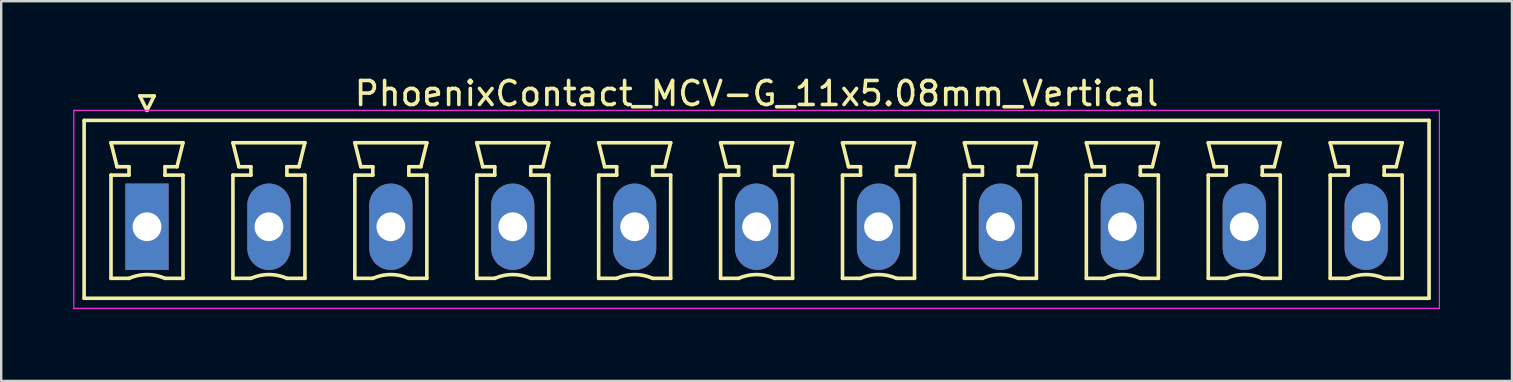
<source format=kicad_pcb>
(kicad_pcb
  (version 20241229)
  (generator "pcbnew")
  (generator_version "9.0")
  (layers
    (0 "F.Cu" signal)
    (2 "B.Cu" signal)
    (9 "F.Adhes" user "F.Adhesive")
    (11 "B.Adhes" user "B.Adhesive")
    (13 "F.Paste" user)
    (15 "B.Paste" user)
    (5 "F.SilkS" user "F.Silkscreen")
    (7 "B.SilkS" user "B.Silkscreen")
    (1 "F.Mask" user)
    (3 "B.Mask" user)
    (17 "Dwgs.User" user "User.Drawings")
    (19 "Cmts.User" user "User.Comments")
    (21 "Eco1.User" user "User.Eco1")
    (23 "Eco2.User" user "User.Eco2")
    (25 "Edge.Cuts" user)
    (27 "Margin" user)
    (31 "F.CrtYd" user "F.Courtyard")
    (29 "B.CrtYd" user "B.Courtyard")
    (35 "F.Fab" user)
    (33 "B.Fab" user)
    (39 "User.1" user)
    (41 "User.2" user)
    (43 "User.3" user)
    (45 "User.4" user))
  (footprint "PhoenixContact_MCV-G_11x5.08mm_Vertical"
    (layer "F.Cu")
    (at 3.075 6.398)
    (property "Reference" "PhoenixContact_MCV-G_11x5.08mm_Vertical" (at 25.4 -5.55 0) (layer "F.SilkS") (effects (font (size 1 1) (thickness 0.15))))
    (attr through_hole)
    (fp_line (start -2.62 -4.43) (end -2.62 2.98) (stroke (width 0.15) (type solid)) (layer "F.SilkS"))
    (fp_line (start -2.62 2.98) (end 53.42 2.98) (stroke (width 0.15) (type solid)) (layer "F.SilkS"))
    (fp_line (start -1.5 -3.5) (end 1.5 -3.5) (stroke (width 0.15) (type solid)) (layer "F.SilkS"))
    (fp_line (start -1.5 -2.15) (end -0.75 -2.15) (stroke (width 0.15) (type solid)) (layer "F.SilkS"))
    (fp_line (start -1.5 2.15) (end -1.5 -2.15) (stroke (width 0.15) (type solid)) (layer "F.SilkS"))
    (fp_line (start -1.25 -2.5) (end -1.5 -3.5) (stroke (width 0.15) (type solid)) (layer "F.SilkS"))
    (fp_line (start -0.75 -2.5) (end -1.25 -2.5) (stroke (width 0.15) (type solid)) (layer "F.SilkS"))
    (fp_line (start -0.75 -2.15) (end -0.75 -2.5) (stroke (width 0.15) (type solid)) (layer "F.SilkS"))
    (fp_line (start -0.75 2.15) (end -1.5 2.15) (stroke (width 0.15) (type solid)) (layer "F.SilkS"))
    (fp_line (start -0.3 -5.45) (end 0 -4.85) (stroke (width 0.15) (type solid)) (layer "F.SilkS"))
    (fp_line (start 0 -4.85) (end 0.3 -5.45) (stroke (width 0.15) (type solid)) (layer "F.SilkS"))
    (fp_line (start 0.3 -5.45) (end -0.3 -5.45) (stroke (width 0.15) (type solid)) (layer "F.SilkS"))
    (fp_line (start 0.75 -2.5) (end 0.75 -2.15) (stroke (width 0.15) (type solid)) (layer "F.SilkS"))
    (fp_line (start 0.75 -2.15) (end 0.75 -2.15) (stroke (width 0.15) (type solid)) (layer "F.SilkS"))
    (fp_line (start 0.75 -2.15) (end 1.5 -2.15) (stroke (width 0.15) (type solid)) (layer "F.SilkS"))
    (fp_line (start 1.25 -2.5) (end 0.75 -2.5) (stroke (width 0.15) (type solid)) (layer "F.SilkS"))
    (fp_line (start 1.5 -3.5) (end 1.25 -2.5) (stroke (width 0.15) (type solid)) (layer "F.SilkS"))
    (fp_line (start 1.5 -2.15) (end 1.5 2.15) (stroke (width 0.15) (type solid)) (layer "F.SilkS"))
    (fp_line (start 1.5 2.15) (end 0.75 2.15) (stroke (width 0.15) (type solid)) (layer "F.SilkS"))
    (fp_line (start 3.58 -3.5) (end 6.58 -3.5) (stroke (width 0.15) (type solid)) (layer "F.SilkS"))
    (fp_line (start 3.58 -2.15) (end 4.33 -2.15) (stroke (width 0.15) (type solid)) (layer "F.SilkS"))
    (fp_line (start 3.58 2.15) (end 3.58 -2.15) (stroke (width 0.15) (type solid)) (layer "F.SilkS"))
    (fp_line (start 3.83 -2.5) (end 3.58 -3.5) (stroke (width 0.15) (type solid)) (layer "F.SilkS"))
    (fp_line (start 4.33 -2.5) (end 3.83 -2.5) (stroke (width 0.15) (type solid)) (layer "F.SilkS"))
    (fp_line (start 4.33 -2.15) (end 4.33 -2.5) (stroke (width 0.15) (type solid)) (layer "F.SilkS"))
    (fp_line (start 4.33 2.15) (end 3.58 2.15) (stroke (width 0.15) (type solid)) (layer "F.SilkS"))
    (fp_line (start 5.83 -2.5) (end 5.83 -2.15) (stroke (width 0.15) (type solid)) (layer "F.SilkS"))
    (fp_line (start 5.83 -2.15) (end 5.83 -2.15) (stroke (width 0.15) (type solid)) (layer "F.SilkS"))
    (fp_line (start 5.83 -2.15) (end 6.58 -2.15) (stroke (width 0.15) (type solid)) (layer "F.SilkS"))
    (fp_line (start 6.33 -2.5) (end 5.83 -2.5) (stroke (width 0.15) (type solid)) (layer "F.SilkS"))
    (fp_line (start 6.58 -3.5) (end 6.33 -2.5) (stroke (width 0.15) (type solid)) (layer "F.SilkS"))
    (fp_line (start 6.58 -2.15) (end 6.58 2.15) (stroke (width 0.15) (type solid)) (layer "F.SilkS"))
    (fp_line (start 6.58 2.15) (end 5.83 2.15) (stroke (width 0.15) (type solid)) (layer "F.SilkS"))
    (fp_line (start 8.66 -3.5) (end 11.66 -3.5) (stroke (width 0.15) (type solid)) (layer "F.SilkS"))
    (fp_line (start 8.66 -2.15) (end 9.41 -2.15) (stroke (width 0.15) (type solid)) (layer "F.SilkS"))
    (fp_line (start 8.66 2.15) (end 8.66 -2.15) (stroke (width 0.15) (type solid)) (layer "F.SilkS"))
    (fp_line (start 8.91 -2.5) (end 8.66 -3.5) (stroke (width 0.15) (type solid)) (layer "F.SilkS"))
    (fp_line (start 9.41 -2.5) (end 8.91 -2.5) (stroke (width 0.15) (type solid)) (layer "F.SilkS"))
    (fp_line (start 9.41 -2.15) (end 9.41 -2.5) (stroke (width 0.15) (type solid)) (layer "F.SilkS"))
    (fp_line (start 9.41 2.15) (end 8.66 2.15) (stroke (width 0.15) (type solid)) (layer "F.SilkS"))
    (fp_line (start 10.91 -2.5) (end 10.91 -2.15) (stroke (width 0.15) (type solid)) (layer "F.SilkS"))
    (fp_line (start 10.91 -2.15) (end 10.91 -2.15) (stroke (width 0.15) (type solid)) (layer "F.SilkS"))
    (fp_line (start 10.91 -2.15) (end 11.66 -2.15) (stroke (width 0.15) (type solid)) (layer "F.SilkS"))
    (fp_line (start 11.41 -2.5) (end 10.91 -2.5) (stroke (width 0.15) (type solid)) (layer "F.SilkS"))
    (fp_line (start 11.66 -3.5) (end 11.41 -2.5) (stroke (width 0.15) (type solid)) (layer "F.SilkS"))
    (fp_line (start 11.66 -2.15) (end 11.66 2.15) (stroke (width 0.15) (type solid)) (layer "F.SilkS"))
    (fp_line (start 11.66 2.15) (end 10.91 2.15) (stroke (width 0.15) (type solid)) (layer "F.SilkS"))
    (fp_line (start 13.74 -3.5) (end 16.74 -3.5) (stroke (width 0.15) (type solid)) (layer "F.SilkS"))
    (fp_line (start 13.74 -2.15) (end 14.49 -2.15) (stroke (width 0.15) (type solid)) (layer "F.SilkS"))
    (fp_line (start 13.74 2.15) (end 13.74 -2.15) (stroke (width 0.15) (type solid)) (layer "F.SilkS"))
    (fp_line (start 13.99 -2.5) (end 13.74 -3.5) (stroke (width 0.15) (type solid)) (layer "F.SilkS"))
    (fp_line (start 14.49 -2.5) (end 13.99 -2.5) (stroke (width 0.15) (type solid)) (layer "F.SilkS"))
    (fp_line (start 14.49 -2.15) (end 14.49 -2.5) (stroke (width 0.15) (type solid)) (layer "F.SilkS"))
    (fp_line (start 14.49 2.15) (end 13.74 2.15) (stroke (width 0.15) (type solid)) (layer "F.SilkS"))
    (fp_line (start 15.99 -2.5) (end 15.99 -2.15) (stroke (width 0.15) (type solid)) (layer "F.SilkS"))
    (fp_line (start 15.99 -2.15) (end 15.99 -2.15) (stroke (width 0.15) (type solid)) (layer "F.SilkS"))
    (fp_line (start 15.99 -2.15) (end 16.74 -2.15) (stroke (width 0.15) (type solid)) (layer "F.SilkS"))
    (fp_line (start 16.49 -2.5) (end 15.99 -2.5) (stroke (width 0.15) (type solid)) (layer "F.SilkS"))
    (fp_line (start 16.74 -3.5) (end 16.49 -2.5) (stroke (width 0.15) (type solid)) (layer "F.SilkS"))
    (fp_line (start 16.74 -2.15) (end 16.74 2.15) (stroke (width 0.15) (type solid)) (layer "F.SilkS"))
    (fp_line (start 16.74 2.15) (end 15.99 2.15) (stroke (width 0.15) (type solid)) (layer "F.SilkS"))
    (fp_line (start 18.82 -3.5) (end 21.82 -3.5) (stroke (width 0.15) (type solid)) (layer "F.SilkS"))
    (fp_line (start 18.82 -2.15) (end 19.57 -2.15) (stroke (width 0.15) (type solid)) (layer "F.SilkS"))
    (fp_line (start 18.82 2.15) (end 18.82 -2.15) (stroke (width 0.15) (type solid)) (layer "F.SilkS"))
    (fp_line (start 19.07 -2.5) (end 18.82 -3.5) (stroke (width 0.15) (type solid)) (layer "F.SilkS"))
    (fp_line (start 19.57 -2.5) (end 19.07 -2.5) (stroke (width 0.15) (type solid)) (layer "F.SilkS"))
    (fp_line (start 19.57 -2.15) (end 19.57 -2.5) (stroke (width 0.15) (type solid)) (layer "F.SilkS"))
    (fp_line (start 19.57 2.15) (end 18.82 2.15) (stroke (width 0.15) (type solid)) (layer "F.SilkS"))
    (fp_line (start 21.07 -2.5) (end 21.07 -2.15) (stroke (width 0.15) (type solid)) (layer "F.SilkS"))
    (fp_line (start 21.07 -2.15) (end 21.07 -2.15) (stroke (width 0.15) (type solid)) (layer "F.SilkS"))
    (fp_line (start 21.07 -2.15) (end 21.82 -2.15) (stroke (width 0.15) (type solid)) (layer "F.SilkS"))
    (fp_line (start 21.57 -2.5) (end 21.07 -2.5) (stroke (width 0.15) (type solid)) (layer "F.SilkS"))
    (fp_line (start 21.82 -3.5) (end 21.57 -2.5) (stroke (width 0.15) (type solid)) (layer "F.SilkS"))
    (fp_line (start 21.82 -2.15) (end 21.82 2.15) (stroke (width 0.15) (type solid)) (layer "F.SilkS"))
    (fp_line (start 21.82 2.15) (end 21.07 2.15) (stroke (width 0.15) (type solid)) (layer "F.SilkS"))
    (fp_line (start 23.9 -3.5) (end 26.9 -3.5) (stroke (width 0.15) (type solid)) (layer "F.SilkS"))
    (fp_line (start 23.9 -2.15) (end 24.65 -2.15) (stroke (width 0.15) (type solid)) (layer "F.SilkS"))
    (fp_line (start 23.9 2.15) (end 23.9 -2.15) (stroke (width 0.15) (type solid)) (layer "F.SilkS"))
    (fp_line (start 24.15 -2.5) (end 23.9 -3.5) (stroke (width 0.15) (type solid)) (layer "F.SilkS"))
    (fp_line (start 24.65 -2.5) (end 24.15 -2.5) (stroke (width 0.15) (type solid)) (layer "F.SilkS"))
    (fp_line (start 24.65 -2.15) (end 24.65 -2.5) (stroke (width 0.15) (type solid)) (layer "F.SilkS"))
    (fp_line (start 24.65 2.15) (end 23.9 2.15) (stroke (width 0.15) (type solid)) (layer "F.SilkS"))
    (fp_line (start 26.15 -2.5) (end 26.15 -2.15) (stroke (width 0.15) (type solid)) (layer "F.SilkS"))
    (fp_line (start 26.15 -2.15) (end 26.15 -2.15) (stroke (width 0.15) (type solid)) (layer "F.SilkS"))
    (fp_line (start 26.15 -2.15) (end 26.9 -2.15) (stroke (width 0.15) (type solid)) (layer "F.SilkS"))
    (fp_line (start 26.65 -2.5) (end 26.15 -2.5) (stroke (width 0.15) (type solid)) (layer "F.SilkS"))
    (fp_line (start 26.9 -3.5) (end 26.65 -2.5) (stroke (width 0.15) (type solid)) (layer "F.SilkS"))
    (fp_line (start 26.9 -2.15) (end 26.9 2.15) (stroke (width 0.15) (type solid)) (layer "F.SilkS"))
    (fp_line (start 26.9 2.15) (end 26.15 2.15) (stroke (width 0.15) (type solid)) (layer "F.SilkS"))
    (fp_line (start 28.98 -3.5) (end 31.98 -3.5) (stroke (width 0.15) (type solid)) (layer "F.SilkS"))
    (fp_line (start 28.98 -2.15) (end 29.73 -2.15) (stroke (width 0.15) (type solid)) (layer "F.SilkS"))
    (fp_line (start 28.98 2.15) (end 28.98 -2.15) (stroke (width 0.15) (type solid)) (layer "F.SilkS"))
    (fp_line (start 29.23 -2.5) (end 28.98 -3.5) (stroke (width 0.15) (type solid)) (layer "F.SilkS"))
    (fp_line (start 29.73 -2.5) (end 29.23 -2.5) (stroke (width 0.15) (type solid)) (layer "F.SilkS"))
    (fp_line (start 29.73 -2.15) (end 29.73 -2.5) (stroke (width 0.15) (type solid)) (layer "F.SilkS"))
    (fp_line (start 29.73 2.15) (end 28.98 2.15) (stroke (width 0.15) (type solid)) (layer "F.SilkS"))
    (fp_line (start 31.23 -2.5) (end 31.23 -2.15) (stroke (width 0.15) (type solid)) (layer "F.SilkS"))
    (fp_line (start 31.23 -2.15) (end 31.23 -2.15) (stroke (width 0.15) (type solid)) (layer "F.SilkS"))
    (fp_line (start 31.23 -2.15) (end 31.98 -2.15) (stroke (width 0.15) (type solid)) (layer "F.SilkS"))
    (fp_line (start 31.73 -2.5) (end 31.23 -2.5) (stroke (width 0.15) (type solid)) (layer "F.SilkS"))
    (fp_line (start 31.98 -3.5) (end 31.73 -2.5) (stroke (width 0.15) (type solid)) (layer "F.SilkS"))
    (fp_line (start 31.98 -2.15) (end 31.98 2.15) (stroke (width 0.15) (type solid)) (layer "F.SilkS"))
    (fp_line (start 31.98 2.15) (end 31.23 2.15) (stroke (width 0.15) (type solid)) (layer "F.SilkS"))
    (fp_line (start 34.06 -3.5) (end 37.06 -3.5) (stroke (width 0.15) (type solid)) (layer "F.SilkS"))
    (fp_line (start 34.06 -2.15) (end 34.81 -2.15) (stroke (width 0.15) (type solid)) (layer "F.SilkS"))
    (fp_line (start 34.06 2.15) (end 34.06 -2.15) (stroke (width 0.15) (type solid)) (layer "F.SilkS"))
    (fp_line (start 34.31 -2.5) (end 34.06 -3.5) (stroke (width 0.15) (type solid)) (layer "F.SilkS"))
    (fp_line (start 34.81 -2.5) (end 34.31 -2.5) (stroke (width 0.15) (type solid)) (layer "F.SilkS"))
    (fp_line (start 34.81 -2.15) (end 34.81 -2.5) (stroke (width 0.15) (type solid)) (layer "F.SilkS"))
    (fp_line (start 34.81 2.15) (end 34.06 2.15) (stroke (width 0.15) (type solid)) (layer "F.SilkS"))
    (fp_line (start 36.31 -2.5) (end 36.31 -2.15) (stroke (width 0.15) (type solid)) (layer "F.SilkS"))
    (fp_line (start 36.31 -2.15) (end 36.31 -2.15) (stroke (width 0.15) (type solid)) (layer "F.SilkS"))
    (fp_line (start 36.31 -2.15) (end 37.06 -2.15) (stroke (width 0.15) (type solid)) (layer "F.SilkS"))
    (fp_line (start 36.81 -2.5) (end 36.31 -2.5) (stroke (width 0.15) (type solid)) (layer "F.SilkS"))
    (fp_line (start 37.06 -3.5) (end 36.81 -2.5) (stroke (width 0.15) (type solid)) (layer "F.SilkS"))
    (fp_line (start 37.06 -2.15) (end 37.06 2.15) (stroke (width 0.15) (type solid)) (layer "F.SilkS"))
    (fp_line (start 37.06 2.15) (end 36.31 2.15) (stroke (width 0.15) (type solid)) (layer "F.SilkS"))
    (fp_line (start 39.14 -3.5) (end 42.14 -3.5) (stroke (width 0.15) (type solid)) (layer "F.SilkS"))
    (fp_line (start 39.14 -2.15) (end 39.89 -2.15) (stroke (width 0.15) (type solid)) (layer "F.SilkS"))
    (fp_line (start 39.14 2.15) (end 39.14 -2.15) (stroke (width 0.15) (type solid)) (layer "F.SilkS"))
    (fp_line (start 39.39 -2.5) (end 39.14 -3.5) (stroke (width 0.15) (type solid)) (layer "F.SilkS"))
    (fp_line (start 39.89 -2.5) (end 39.39 -2.5) (stroke (width 0.15) (type solid)) (layer "F.SilkS"))
    (fp_line (start 39.89 -2.15) (end 39.89 -2.5) (stroke (width 0.15) (type solid)) (layer "F.SilkS"))
    (fp_line (start 39.89 2.15) (end 39.14 2.15) (stroke (width 0.15) (type solid)) (layer "F.SilkS"))
    (fp_line (start 41.39 -2.5) (end 41.39 -2.15) (stroke (width 0.15) (type solid)) (layer "F.SilkS"))
    (fp_line (start 41.39 -2.15) (end 41.39 -2.15) (stroke (width 0.15) (type solid)) (layer "F.SilkS"))
    (fp_line (start 41.39 -2.15) (end 42.14 -2.15) (stroke (width 0.15) (type solid)) (layer "F.SilkS"))
    (fp_line (start 41.89 -2.5) (end 41.39 -2.5) (stroke (width 0.15) (type solid)) (layer "F.SilkS"))
    (fp_line (start 42.14 -3.5) (end 41.89 -2.5) (stroke (width 0.15) (type solid)) (layer "F.SilkS"))
    (fp_line (start 42.14 -2.15) (end 42.14 2.15) (stroke (width 0.15) (type solid)) (layer "F.SilkS"))
    (fp_line (start 42.14 2.15) (end 41.39 2.15) (stroke (width 0.15) (type solid)) (layer "F.SilkS"))
    (fp_line (start 44.22 -3.5) (end 47.22 -3.5) (stroke (width 0.15) (type solid)) (layer "F.SilkS"))
    (fp_line (start 44.22 -2.15) (end 44.97 -2.15) (stroke (width 0.15) (type solid)) (layer "F.SilkS"))
    (fp_line (start 44.22 2.15) (end 44.22 -2.15) (stroke (width 0.15) (type solid)) (layer "F.SilkS"))
    (fp_line (start 44.47 -2.5) (end 44.22 -3.5) (stroke (width 0.15) (type solid)) (layer "F.SilkS"))
    (fp_line (start 44.97 -2.5) (end 44.47 -2.5) (stroke (width 0.15) (type solid)) (layer "F.SilkS"))
    (fp_line (start 44.97 -2.15) (end 44.97 -2.5) (stroke (width 0.15) (type solid)) (layer "F.SilkS"))
    (fp_line (start 44.97 2.15) (end 44.22 2.15) (stroke (width 0.15) (type solid)) (layer "F.SilkS"))
    (fp_line (start 46.47 -2.5) (end 46.47 -2.15) (stroke (width 0.15) (type solid)) (layer "F.SilkS"))
    (fp_line (start 46.47 -2.15) (end 46.47 -2.15) (stroke (width 0.15) (type solid)) (layer "F.SilkS"))
    (fp_line (start 46.47 -2.15) (end 47.22 -2.15) (stroke (width 0.15) (type solid)) (layer "F.SilkS"))
    (fp_line (start 46.97 -2.5) (end 46.47 -2.5) (stroke (width 0.15) (type solid)) (layer "F.SilkS"))
    (fp_line (start 47.22 -3.5) (end 46.97 -2.5) (stroke (width 0.15) (type solid)) (layer "F.SilkS"))
    (fp_line (start 47.22 -2.15) (end 47.22 2.15) (stroke (width 0.15) (type solid)) (layer "F.SilkS"))
    (fp_line (start 47.22 2.15) (end 46.47 2.15) (stroke (width 0.15) (type solid)) (layer "F.SilkS"))
    (fp_line (start 49.3 -3.5) (end 52.3 -3.5) (stroke (width 0.15) (type solid)) (layer "F.SilkS"))
    (fp_line (start 49.3 -2.15) (end 50.05 -2.15) (stroke (width 0.15) (type solid)) (layer "F.SilkS"))
    (fp_line (start 49.3 2.15) (end 49.3 -2.15) (stroke (width 0.15) (type solid)) (layer "F.SilkS"))
    (fp_line (start 49.55 -2.5) (end 49.3 -3.5) (stroke (width 0.15) (type solid)) (layer "F.SilkS"))
    (fp_line (start 50.05 -2.5) (end 49.55 -2.5) (stroke (width 0.15) (type solid)) (layer "F.SilkS"))
    (fp_line (start 50.05 -2.15) (end 50.05 -2.5) (stroke (width 0.15) (type solid)) (layer "F.SilkS"))
    (fp_line (start 50.05 2.15) (end 49.3 2.15) (stroke (width 0.15) (type solid)) (layer "F.SilkS"))
    (fp_line (start 51.55 -2.5) (end 51.55 -2.15) (stroke (width 0.15) (type solid)) (layer "F.SilkS"))
    (fp_line (start 51.55 -2.15) (end 51.55 -2.15) (stroke (width 0.15) (type solid)) (layer "F.SilkS"))
    (fp_line (start 51.55 -2.15) (end 52.3 -2.15) (stroke (width 0.15) (type solid)) (layer "F.SilkS"))
    (fp_line (start 52.05 -2.5) (end 51.55 -2.5) (stroke (width 0.15) (type solid)) (layer "F.SilkS"))
    (fp_line (start 52.3 -3.5) (end 52.05 -2.5) (stroke (width 0.15) (type solid)) (layer "F.SilkS"))
    (fp_line (start 52.3 -2.15) (end 52.3 2.15) (stroke (width 0.15) (type solid)) (layer "F.SilkS"))
    (fp_line (start 52.3 2.15) (end 51.55 2.15) (stroke (width 0.15) (type solid)) (layer "F.SilkS"))
    (fp_line (start 53.42 -4.43) (end -2.62 -4.43) (stroke (width 0.15) (type solid)) (layer "F.SilkS"))
    (fp_line (start 53.42 2.98) (end 53.42 -4.43) (stroke (width 0.15) (type solid)) (layer "F.SilkS"))
    (fp_arc (start -0.75 2.15) (mid -0.000193 1.99191) (end 0.749647 2.149844) (stroke (width 0.15) (type solid)) (layer "F.SilkS"))
    (fp_arc (start 4.33 2.15) (mid 5.079807 1.99191) (end 5.829647 2.149844) (stroke (width 0.15) (type solid)) (layer "F.SilkS"))
    (fp_arc (start 9.41 2.15) (mid 10.159807 1.99191) (end 10.909647 2.149844) (stroke (width 0.15) (type solid)) (layer "F.SilkS"))
    (fp_arc (start 14.49 2.15) (mid 15.239807 1.99191) (end 15.989647 2.149844) (stroke (width 0.15) (type solid)) (layer "F.SilkS"))
    (fp_arc (start 19.57 2.15) (mid 20.319807 1.99191) (end 21.069647 2.149844) (stroke (width 0.15) (type solid)) (layer "F.SilkS"))
    (fp_arc (start 24.65 2.15) (mid 25.399807 1.99191) (end 26.149647 2.149844) (stroke (width 0.15) (type solid)) (layer "F.SilkS"))
    (fp_arc (start 29.73 2.15) (mid 30.479807 1.99191) (end 31.229647 2.149844) (stroke (width 0.15) (type solid)) (layer "F.SilkS"))
    (fp_arc (start 34.81 2.15) (mid 35.559807 1.99191) (end 36.309647 2.149844) (stroke (width 0.15) (type solid)) (layer "F.SilkS"))
    (fp_arc (start 39.89 2.15) (mid 40.639807 1.99191) (end 41.389647 2.149844) (stroke (width 0.15) (type solid)) (layer "F.SilkS"))
    (fp_arc (start 44.97 2.15) (mid 45.719807 1.99191) (end 46.469647 2.149844) (stroke (width 0.15) (type solid)) (layer "F.SilkS"))
    (fp_arc (start 50.05 2.15) (mid 50.799807 1.99191) (end 51.549647 2.149844) (stroke (width 0.15) (type solid)) (layer "F.SilkS"))
    (fp_line (start -3.05 -4.85) (end -3.05 3.4) (stroke (width 0.05) (type solid)) (layer "F.CrtYd"))
    (fp_line (start -3.05 3.4) (end 53.85 3.4) (stroke (width 0.05) (type solid)) (layer "F.CrtYd"))
    (fp_line (start 53.85 -4.85) (end -3.05 -4.85) (stroke (width 0.05) (type solid)) (layer "F.CrtYd"))
    (fp_line (start 53.85 3.4) (end 53.85 -4.85) (stroke (width 0.05) (type solid)) (layer "F.CrtYd"))
    (pad "1" thru_hole rect (at 0 0) (size 1.8 3.6) (drill 1.2) (layers "*.Cu" "*.Mask"))
    (pad "2" thru_hole oval (at 5.08 0) (size 1.8 3.6) (drill 1.2) (layers "*.Cu" "*.Mask"))
    (pad "3" thru_hole oval (at 10.16 0) (size 1.8 3.6) (drill 1.2) (layers "*.Cu" "*.Mask"))
    (pad "4" thru_hole oval (at 15.24 0) (size 1.8 3.6) (drill 1.2) (layers "*.Cu" "*.Mask"))
    (pad "5" thru_hole oval (at 20.32 0) (size 1.8 3.6) (drill 1.2) (layers "*.Cu" "*.Mask"))
    (pad "6" thru_hole oval (at 25.4 0) (size 1.8 3.6) (drill 1.2) (layers "*.Cu" "*.Mask"))
    (pad "7" thru_hole oval (at 30.48 0) (size 1.8 3.6) (drill 1.2) (layers "*.Cu" "*.Mask"))
    (pad "8" thru_hole oval (at 35.56 0) (size 1.8 3.6) (drill 1.2) (layers "*.Cu" "*.Mask"))
    (pad "9" thru_hole oval (at 40.64 0) (size 1.8 3.6) (drill 1.2) (layers "*.Cu" "*.Mask"))
    (pad "10" thru_hole oval (at 45.72 0) (size 1.8 3.6) (drill 1.2) (layers "*.Cu" "*.Mask"))
    (pad "11" thru_hole oval (at 50.8 0) (size 1.8 3.6) (drill 1.2) (layers "*.Cu" "*.Mask")))
  (gr_rect
    (start -3 -3)
    (end 59.95 12.823)
    (stroke (width 0.1) (type default))
    (fill no)
    (layer "Edge.Cuts")))
</source>
